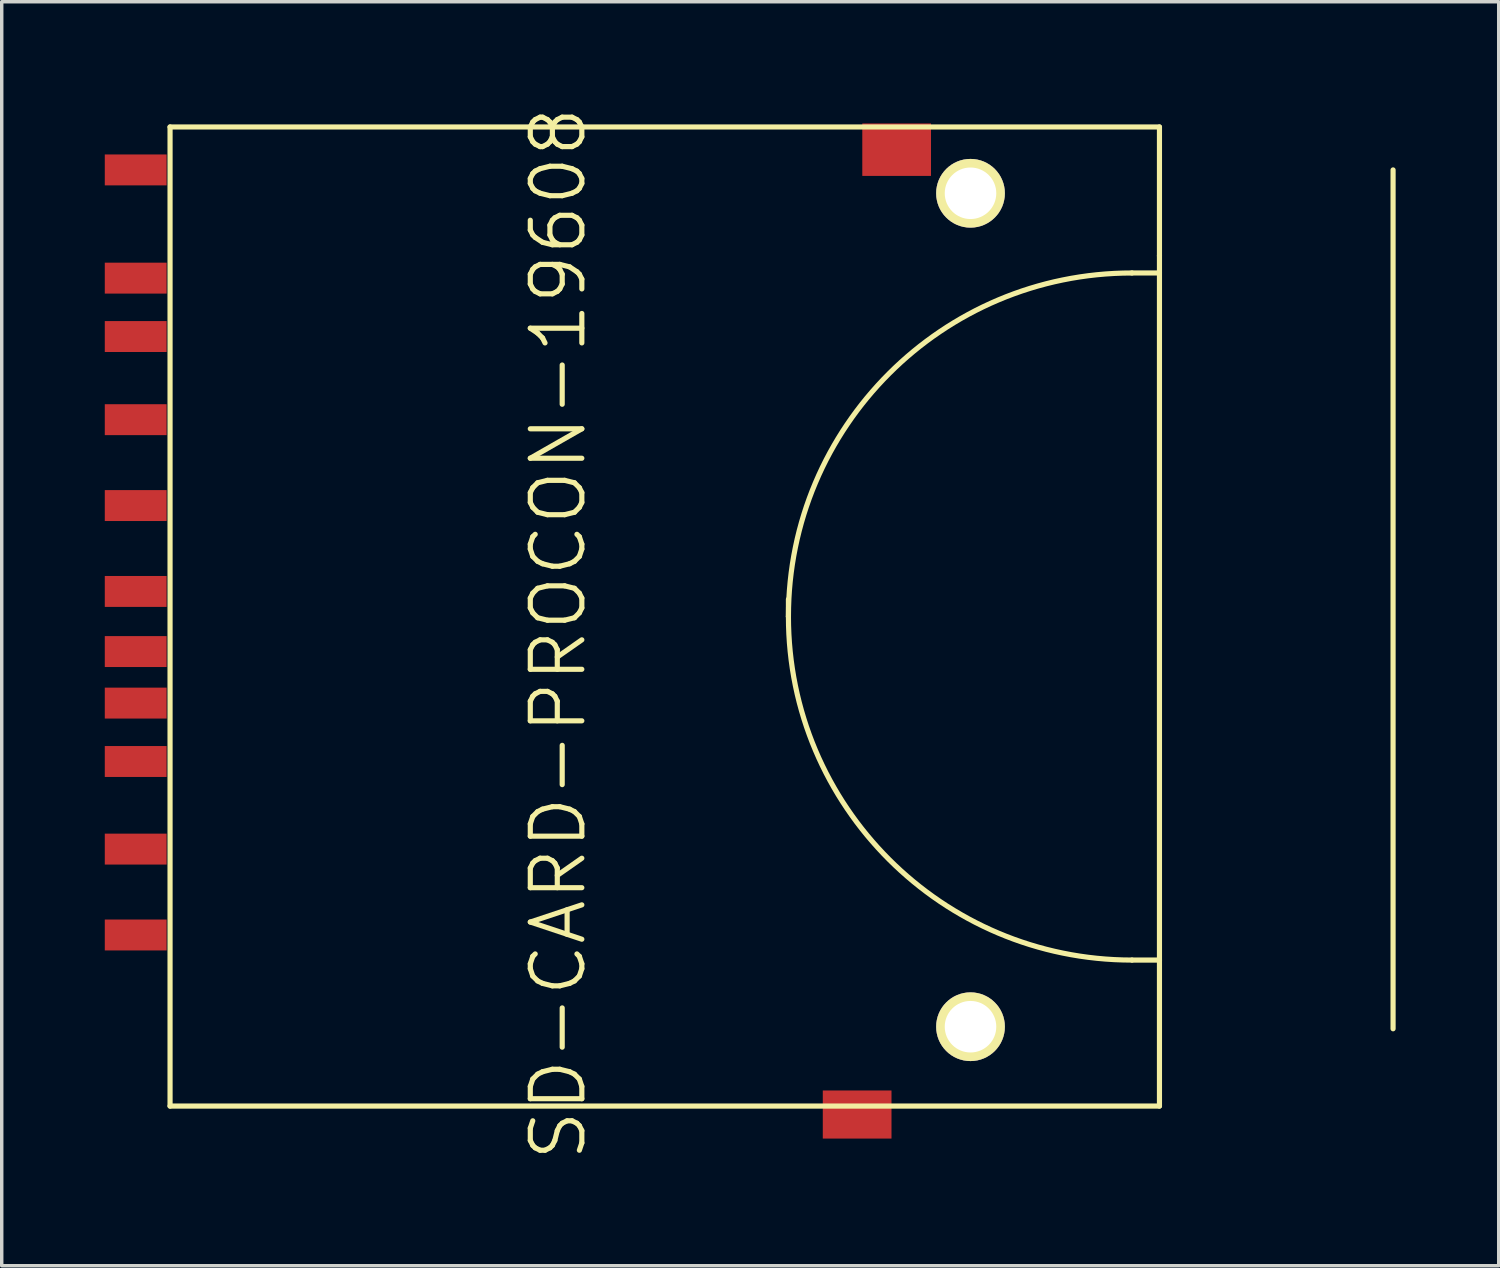
<source format=kicad_pcb>
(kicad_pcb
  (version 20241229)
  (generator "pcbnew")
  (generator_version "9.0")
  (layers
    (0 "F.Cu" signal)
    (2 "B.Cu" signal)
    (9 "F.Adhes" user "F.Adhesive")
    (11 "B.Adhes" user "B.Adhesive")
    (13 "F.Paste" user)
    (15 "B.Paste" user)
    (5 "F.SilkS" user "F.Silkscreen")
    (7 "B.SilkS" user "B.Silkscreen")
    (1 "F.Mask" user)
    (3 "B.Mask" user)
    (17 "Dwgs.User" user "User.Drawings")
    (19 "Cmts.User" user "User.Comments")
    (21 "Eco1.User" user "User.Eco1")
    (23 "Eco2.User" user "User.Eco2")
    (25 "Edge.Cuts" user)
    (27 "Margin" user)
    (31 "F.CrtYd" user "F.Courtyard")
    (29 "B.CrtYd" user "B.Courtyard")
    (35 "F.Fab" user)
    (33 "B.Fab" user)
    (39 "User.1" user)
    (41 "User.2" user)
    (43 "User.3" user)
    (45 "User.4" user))
  (footprint "SD-CARD-PROCON-19608"
    (layer "F.Cu")
    (at 1.9 14.896)
    (property "Reference" "SD-CARD-PROCON-19608" (at 11.3 0.5 90) (layer "F.SilkS") (effects (font (size 1.5 1.5) (thickness 0.15))))
    (attr through_hole)
    (fp_line (start 0 -14.25) (end 0 14.25) (stroke (width 0.15) (type solid)) (layer "F.SilkS"))
    (fp_line (start 0 14.25) (end 28.8 14.25) (stroke (width 0.15) (type solid)) (layer "F.SilkS"))
    (fp_line (start 18 0) (end 18 -0.5) (stroke (width 0.15) (type solid)) (layer "F.SilkS"))
    (fp_line (start 28.8 -14.25) (end 0 -14.25) (stroke (width 0.15) (type solid)) (layer "F.SilkS"))
    (fp_line (start 28.8 -10.5) (end 28.8 -14.25) (stroke (width 0.15) (type solid)) (layer "F.SilkS"))
    (fp_line (start 28.8 -10) (end 28 -10) (stroke (width 0.15) (type solid)) (layer "F.SilkS"))
    (fp_line (start 28.8 10) (end 28 10) (stroke (width 0.15) (type solid)) (layer "F.SilkS"))
    (fp_line (start 28.8 10) (end 28.8 -10.5) (stroke (width 0.15) (type solid)) (layer "F.SilkS"))
    (fp_line (start 28.8 14.25) (end 28.8 10) (stroke (width 0.15) (type solid)) (layer "F.SilkS"))
    (fp_line (start 35.6 12) (end 35.6 -13) (stroke (width 0.15) (type solid)) (layer "F.SilkS"))
    (fp_arc (start 18 0) (mid 20.928932 -7.071068) (end 28 -10) (stroke (width 0.15) (type solid)) (layer "F.SilkS"))
    (fp_arc (start 28 10) (mid 20.928932 7.071068) (end 18 0) (stroke (width 0.15) (type solid)) (layer "F.SilkS"))
    (pad "" np_thru_hole circle (at 23.3 -12.32) (size 2 2) (drill 1.5) (layers "*.Cu" "*.Mask" "F.SilkS"))
    (pad "" np_thru_hole circle (at 23.3 11.94) (size 2 2) (drill 1.5) (layers "*.Cu" "*.Mask" "F.SilkS"))
    (pad "1" smd rect (at -1 6.77) (size 1.8 0.9) (layers "F.Cu" "F.Mask" "F.Paste"))
    (pad "2" smd rect (at -1 4.22) (size 1.8 0.9) (layers "F.Cu" "F.Mask" "F.Paste"))
    (pad "3" smd rect (at -1 1.02) (size 1.8 0.9) (layers "F.Cu" "F.Mask" "F.Paste"))
    (pad "4" smd rect (at -1 -0.73) (size 1.8 0.9) (layers "F.Cu" "F.Mask" "F.Paste"))
    (pad "5" smd rect (at -1 -3.23) (size 1.8 0.9) (layers "F.Cu" "F.Mask" "F.Paste"))
    (pad "6" smd rect (at -1 -5.73) (size 1.8 0.9) (layers "F.Cu" "F.Mask" "F.Paste"))
    (pad "7" smd rect (at -1 -8.15) (size 1.8 0.9) (layers "F.Cu" "F.Mask" "F.Paste"))
    (pad "8" smd rect (at -1 -9.85) (size 1.8 0.9) (layers "F.Cu" "F.Mask" "F.Paste"))
    (pad "9" smd rect (at -1 9.27) (size 1.8 0.9) (layers "F.Cu" "F.Mask" "F.Paste"))
    (pad "CD" smd rect (at -1 2.52) (size 1.8 0.9) (layers "F.Cu" "F.Mask" "F.Paste"))
    (pad "SH1" smd rect (at 20 14.496) (size 2 1.4) (layers "F.Cu" "F.Mask" "F.Paste"))
    (pad "SH2" smd rect (at 21.15 -13.589) (size 2 1.527) (layers "F.Cu" "F.Mask" "F.Paste"))
    (pad "WP" smd rect (at -1 -13) (size 1.8 0.9) (layers "F.Cu" "F.Mask" "F.Paste")))
  (gr_rect
    (start -3 -3)
    (end 40.575 33.793)
    (stroke (width 0.1) (type default))
    (fill no)
    (layer "Edge.Cuts")))
</source>
